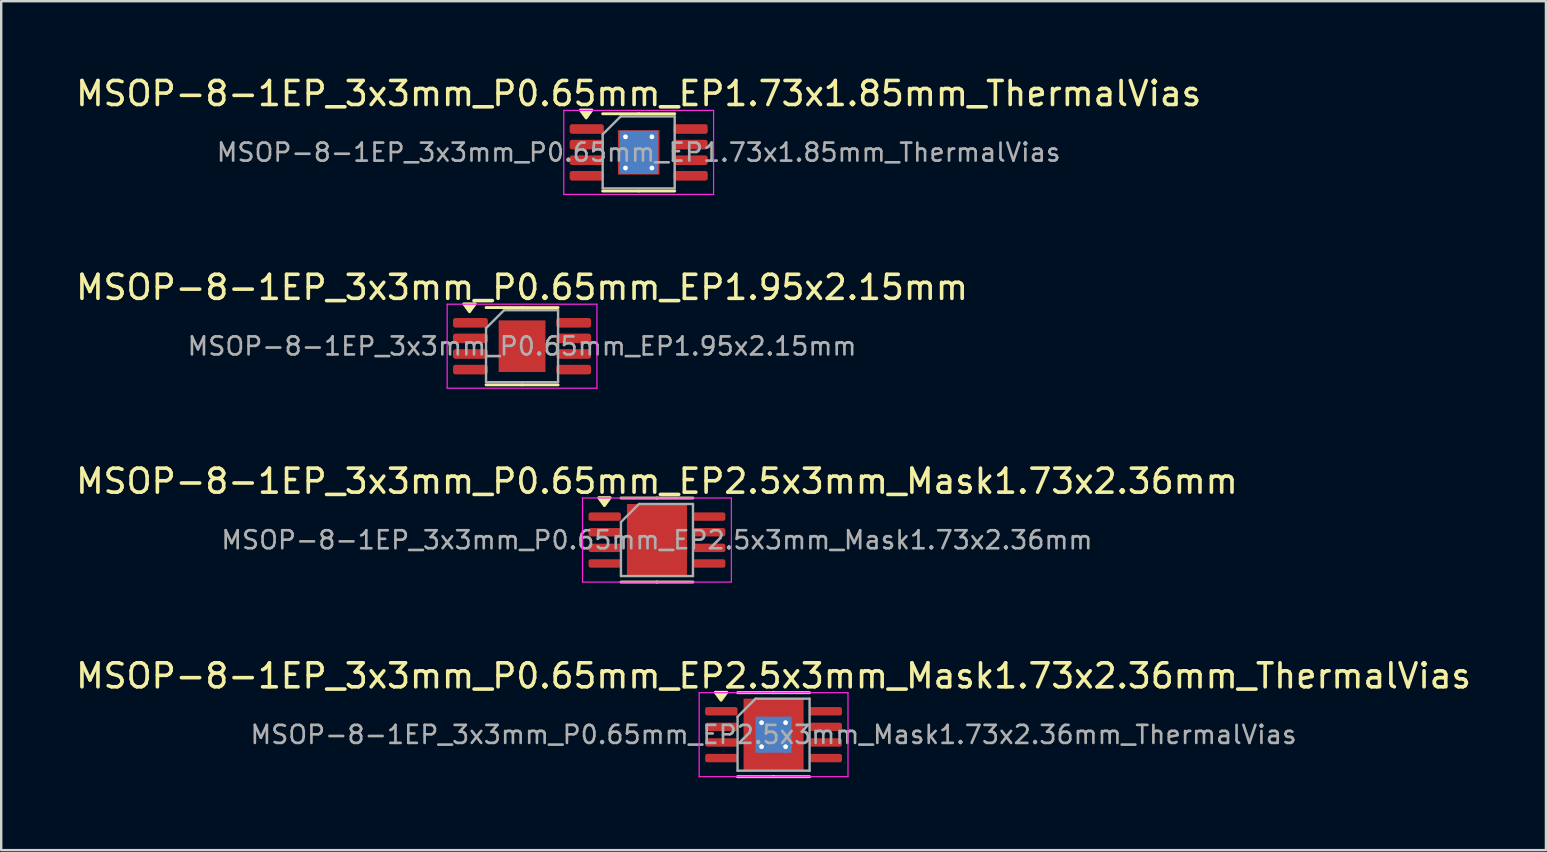
<source format=kicad_pcb>
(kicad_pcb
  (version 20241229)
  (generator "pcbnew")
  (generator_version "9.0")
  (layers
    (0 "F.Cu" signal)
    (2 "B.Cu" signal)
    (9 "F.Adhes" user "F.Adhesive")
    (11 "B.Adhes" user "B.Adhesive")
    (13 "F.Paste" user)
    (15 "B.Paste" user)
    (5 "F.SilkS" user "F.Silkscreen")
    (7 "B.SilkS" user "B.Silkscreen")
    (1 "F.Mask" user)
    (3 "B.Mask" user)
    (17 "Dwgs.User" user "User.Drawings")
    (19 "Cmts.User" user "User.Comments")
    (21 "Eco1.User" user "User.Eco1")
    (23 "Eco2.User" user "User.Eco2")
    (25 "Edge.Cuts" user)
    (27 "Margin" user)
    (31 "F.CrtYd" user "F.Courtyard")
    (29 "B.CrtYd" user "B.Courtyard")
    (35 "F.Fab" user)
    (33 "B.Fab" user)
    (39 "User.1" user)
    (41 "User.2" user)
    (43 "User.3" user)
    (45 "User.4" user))
  (footprint "MSOP-8-1EP_3x3mm_P0.65mm_EP1.73x1.85mm_ThermalVias"
    (layer "F.Cu")
    (at 23.554 3.298)
    (property "Reference" "MSOP-8-1EP_3x3mm_P0.65mm_EP1.73x1.85mm_ThermalVias" (at 0 -2.45 0) (layer "F.SilkS") (effects (font (size 1 1) (thickness 0.15))))
    (attr smd)
    (fp_line (start 0 -1.61) (end -1.5 -1.61) (stroke (width 0.12) (type solid)) (layer "F.SilkS"))
    (fp_line (start 0 -1.61) (end 1.5 -1.61) (stroke (width 0.12) (type solid)) (layer "F.SilkS"))
    (fp_line (start 0 1.61) (end -1.5 1.61) (stroke (width 0.12) (type solid)) (layer "F.SilkS"))
    (fp_line (start 0 1.61) (end 1.5 1.61) (stroke (width 0.12) (type solid)) (layer "F.SilkS"))
    (fp_poly (pts (xy -2.188 -1.435) (xy -2.428 -1.765) (xy -1.948 -1.765) (xy -2.188 -1.435)) (stroke (width 0.12) (type solid)) (fill yes) (layer "F.SilkS"))
    (fp_line (start -3.12 -1.75) (end -3.12 1.75) (stroke (width 0.05) (type solid)) (layer "F.CrtYd"))
    (fp_line (start -3.12 1.75) (end 3.12 1.75) (stroke (width 0.05) (type solid)) (layer "F.CrtYd"))
    (fp_line (start 3.12 -1.75) (end -3.12 -1.75) (stroke (width 0.05) (type solid)) (layer "F.CrtYd"))
    (fp_line (start 3.12 1.75) (end 3.12 -1.75) (stroke (width 0.05) (type solid)) (layer "F.CrtYd"))
    (fp_line (start -1.5 -0.75) (end -0.75 -1.5) (stroke (width 0.1) (type solid)) (layer "F.Fab"))
    (fp_line (start -1.5 1.5) (end -1.5 -0.75) (stroke (width 0.1) (type solid)) (layer "F.Fab"))
    (fp_line (start -0.75 -1.5) (end 1.5 -1.5) (stroke (width 0.1) (type solid)) (layer "F.Fab"))
    (fp_line (start 1.5 -1.5) (end 1.5 1.5) (stroke (width 0.1) (type solid)) (layer "F.Fab"))
    (fp_line (start 1.5 1.5) (end -1.5 1.5) (stroke (width 0.1) (type solid)) (layer "F.Fab"))
    (fp_text user "${REFERENCE}" (at 0 0 0) (layer "F.Fab") (effects (font (size 0.75 0.75) (thickness 0.11))))
    (pad "" smd roundrect (at -0.43 -0.46) (size 0.72 0.77) (layers "F.Paste") (roundrect_rratio 0.25))
    (pad "" smd roundrect (at -0.43 0.46) (size 0.72 0.77) (layers "F.Paste") (roundrect_rratio 0.25))
    (pad "" smd roundrect (at 0.43 -0.46) (size 0.72 0.77) (layers "F.Paste") (roundrect_rratio 0.25))
    (pad "" smd roundrect (at 0.43 0.46) (size 0.72 0.77) (layers "F.Paste") (roundrect_rratio 0.25))
    (pad "1" smd roundrect (at -2.163 -0.975) (size 1.425 0.4) (layers "F.Cu" "F.Mask" "F.Paste") (roundrect_rratio 0.25))
    (pad "2" smd roundrect (at -2.163 -0.325) (size 1.425 0.4) (layers "F.Cu" "F.Mask" "F.Paste") (roundrect_rratio 0.25))
    (pad "3" smd roundrect (at -2.163 0.325) (size 1.425 0.4) (layers "F.Cu" "F.Mask" "F.Paste") (roundrect_rratio 0.25))
    (pad "4" smd roundrect (at -2.163 0.975) (size 1.425 0.4) (layers "F.Cu" "F.Mask" "F.Paste") (roundrect_rratio 0.25))
    (pad "5" smd roundrect (at 2.163 0.975) (size 1.425 0.4) (layers "F.Cu" "F.Mask" "F.Paste") (roundrect_rratio 0.25))
    (pad "6" smd roundrect (at 2.163 0.325) (size 1.425 0.4) (layers "F.Cu" "F.Mask" "F.Paste") (roundrect_rratio 0.25))
    (pad "7" smd roundrect (at 2.163 -0.325) (size 1.425 0.4) (layers "F.Cu" "F.Mask" "F.Paste") (roundrect_rratio 0.25))
    (pad "8" smd roundrect (at 2.163 -0.975) (size 1.425 0.4) (layers "F.Cu" "F.Mask" "F.Paste") (roundrect_rratio 0.25))
    (pad "9" thru_hole circle (at -0.55 -0.65) (size 0.5 0.5) (drill 0.2) (property pad_prop_heatsink) (layers "*.Cu"))
    (pad "9" thru_hole circle (at -0.55 0.65) (size 0.5 0.5) (drill 0.2) (property pad_prop_heatsink) (layers "*.Cu"))
    (pad "9" smd rect (at 0 0) (size 1.6 1.8) (property pad_prop_heatsink) (layers "B.Cu"))
    (pad "9" smd rect (at 0 0) (size 1.73 1.85) (property pad_prop_heatsink) (layers "F.Cu" "F.Mask"))
    (pad "9" thru_hole circle (at 0.55 -0.65) (size 0.5 0.5) (drill 0.2) (property pad_prop_heatsink) (layers "*.Cu"))
    (pad "9" thru_hole circle (at 0.55 0.65) (size 0.5 0.5) (drill 0.2) (property pad_prop_heatsink) (layers "*.Cu")))
  (footprint "MSOP-8-1EP_3x3mm_P0.65mm_EP1.95x2.15mm"
    (layer "F.Cu")
    (at 18.696 11.371)
    (property "Reference" "MSOP-8-1EP_3x3mm_P0.65mm_EP1.95x2.15mm" (at 0 -2.45 0) (layer "F.SilkS") (effects (font (size 1 1) (thickness 0.15))))
    (attr smd)
    (fp_line (start 0 -1.61) (end -1.5 -1.61) (stroke (width 0.12) (type solid)) (layer "F.SilkS"))
    (fp_line (start 0 -1.61) (end 1.5 -1.61) (stroke (width 0.12) (type solid)) (layer "F.SilkS"))
    (fp_line (start 0 1.61) (end -1.5 1.61) (stroke (width 0.12) (type solid)) (layer "F.SilkS"))
    (fp_line (start 0 1.61) (end 1.5 1.61) (stroke (width 0.12) (type solid)) (layer "F.SilkS"))
    (fp_poly (pts (xy -2.188 -1.435) (xy -2.428 -1.765) (xy -1.948 -1.765) (xy -2.188 -1.435)) (stroke (width 0.12) (type solid)) (fill yes) (layer "F.SilkS"))
    (fp_line (start -3.12 -1.75) (end -3.12 1.75) (stroke (width 0.05) (type solid)) (layer "F.CrtYd"))
    (fp_line (start -3.12 1.75) (end 3.12 1.75) (stroke (width 0.05) (type solid)) (layer "F.CrtYd"))
    (fp_line (start 3.12 -1.75) (end -3.12 -1.75) (stroke (width 0.05) (type solid)) (layer "F.CrtYd"))
    (fp_line (start 3.12 1.75) (end 3.12 -1.75) (stroke (width 0.05) (type solid)) (layer "F.CrtYd"))
    (fp_line (start -1.5 -0.75) (end -0.75 -1.5) (stroke (width 0.1) (type solid)) (layer "F.Fab"))
    (fp_line (start -1.5 1.5) (end -1.5 -0.75) (stroke (width 0.1) (type solid)) (layer "F.Fab"))
    (fp_line (start -0.75 -1.5) (end 1.5 -1.5) (stroke (width 0.1) (type solid)) (layer "F.Fab"))
    (fp_line (start 1.5 -1.5) (end 1.5 1.5) (stroke (width 0.1) (type solid)) (layer "F.Fab"))
    (fp_line (start 1.5 1.5) (end -1.5 1.5) (stroke (width 0.1) (type solid)) (layer "F.Fab"))
    (fp_text user "${REFERENCE}" (at 0 0 0) (layer "F.Fab") (effects (font (size 0.75 0.75) (thickness 0.11))))
    (pad "" smd roundrect (at -0.49 -0.54) (size 0.79 0.87) (layers "F.Paste") (roundrect_rratio 0.25))
    (pad "" smd roundrect (at -0.49 0.54) (size 0.79 0.87) (layers "F.Paste") (roundrect_rratio 0.25))
    (pad "" smd roundrect (at 0.49 -0.54) (size 0.79 0.87) (layers "F.Paste") (roundrect_rratio 0.25))
    (pad "" smd roundrect (at 0.49 0.54) (size 0.79 0.87) (layers "F.Paste") (roundrect_rratio 0.25))
    (pad "1" smd roundrect (at -2.15 -0.975) (size 1.45 0.4) (layers "F.Cu" "F.Mask" "F.Paste") (roundrect_rratio 0.25))
    (pad "2" smd roundrect (at -2.15 -0.325) (size 1.45 0.4) (layers "F.Cu" "F.Mask" "F.Paste") (roundrect_rratio 0.25))
    (pad "3" smd roundrect (at -2.15 0.325) (size 1.45 0.4) (layers "F.Cu" "F.Mask" "F.Paste") (roundrect_rratio 0.25))
    (pad "4" smd roundrect (at -2.15 0.975) (size 1.45 0.4) (layers "F.Cu" "F.Mask" "F.Paste") (roundrect_rratio 0.25))
    (pad "5" smd roundrect (at 2.15 0.975) (size 1.45 0.4) (layers "F.Cu" "F.Mask" "F.Paste") (roundrect_rratio 0.25))
    (pad "6" smd roundrect (at 2.15 0.325) (size 1.45 0.4) (layers "F.Cu" "F.Mask" "F.Paste") (roundrect_rratio 0.25))
    (pad "7" smd roundrect (at 2.15 -0.325) (size 1.45 0.4) (layers "F.Cu" "F.Mask" "F.Paste") (roundrect_rratio 0.25))
    (pad "8" smd roundrect (at 2.15 -0.975) (size 1.45 0.4) (layers "F.Cu" "F.Mask" "F.Paste") (roundrect_rratio 0.25))
    (pad "9" smd rect (at 0 0) (size 1.95 2.15) (property pad_prop_heatsink) (layers "F.Cu" "F.Mask")))
  (footprint "MSOP-8-1EP_3x3mm_P0.65mm_EP2.5x3mm_Mask1.73x2.36mm_ThermalVias"
    (layer "F.Cu")
    (at 29.173 27.553)
    (property "Reference" "MSOP-8-1EP_3x3mm_P0.65mm_EP2.5x3mm_Mask1.73x2.36mm_ThermalVias" (at 0 -2.45 0) (layer "F.SilkS") (effects (font (size 1 1) (thickness 0.15))))
    (attr smd)
    (fp_line (start 0 -1.75) (end -1.5 -1.75) (stroke (width 0.12) (type solid)) (layer "F.SilkS"))
    (fp_line (start 0 -1.75) (end 1.5 -1.75) (stroke (width 0.12) (type solid)) (layer "F.SilkS"))
    (fp_line (start 0 1.75) (end -1.5 1.75) (stroke (width 0.12) (type solid)) (layer "F.SilkS"))
    (fp_line (start 0 1.75) (end 1.5 1.75) (stroke (width 0.12) (type solid)) (layer "F.SilkS"))
    (fp_poly (pts (xy -2.188 -1.435) (xy -2.428 -1.765) (xy -1.948 -1.765) (xy -2.188 -1.435)) (stroke (width 0.12) (type solid)) (fill yes) (layer "F.SilkS"))
    (fp_line (start -3.1 -1.75) (end -3.1 1.75) (stroke (width 0.05) (type solid)) (layer "F.CrtYd"))
    (fp_line (start -3.1 1.75) (end 3.1 1.75) (stroke (width 0.05) (type solid)) (layer "F.CrtYd"))
    (fp_line (start 3.1 -1.75) (end -3.1 -1.75) (stroke (width 0.05) (type solid)) (layer "F.CrtYd"))
    (fp_line (start 3.1 1.75) (end 3.1 -1.75) (stroke (width 0.05) (type solid)) (layer "F.CrtYd"))
    (fp_line (start -1.5 -0.75) (end -0.75 -1.5) (stroke (width 0.1) (type solid)) (layer "F.Fab"))
    (fp_line (start -1.5 1.5) (end -1.5 -0.75) (stroke (width 0.1) (type solid)) (layer "F.Fab"))
    (fp_line (start -0.75 -1.5) (end 1.5 -1.5) (stroke (width 0.1) (type solid)) (layer "F.Fab"))
    (fp_line (start 1.5 -1.5) (end 1.5 1.5) (stroke (width 0.1) (type solid)) (layer "F.Fab"))
    (fp_line (start 1.5 1.5) (end -1.5 1.5) (stroke (width 0.1) (type solid)) (layer "F.Fab"))
    (fp_text user "${REFERENCE}" (at 0 0 0) (layer "F.Fab") (effects (font (size 0.75 0.75) (thickness 0.11))))
    (pad "" smd roundrect (at -0.43 -0.59) (size 0.72 0.99) (layers "F.Paste") (roundrect_rratio 0.25))
    (pad "" smd roundrect (at -0.43 0.59) (size 0.72 0.99) (layers "F.Paste") (roundrect_rratio 0.25))
    (pad "" smd rect (at 0 0) (size 1.73 2.36) (layers "F.Mask"))
    (pad "" smd roundrect (at 0.43 -0.59) (size 0.72 0.99) (layers "F.Paste") (roundrect_rratio 0.25))
    (pad "" smd roundrect (at 0.43 0.59) (size 0.72 0.99) (layers "F.Paste") (roundrect_rratio 0.25))
    (pad "1" smd roundrect (at -2.175 -0.975) (size 1.35 0.35) (layers "F.Cu" "F.Mask" "F.Paste") (roundrect_rratio 0.25))
    (pad "2" smd roundrect (at -2.175 -0.325) (size 1.35 0.35) (layers "F.Cu" "F.Mask" "F.Paste") (roundrect_rratio 0.25))
    (pad "3" smd roundrect (at -2.175 0.325) (size 1.35 0.35) (layers "F.Cu" "F.Mask" "F.Paste") (roundrect_rratio 0.25))
    (pad "4" smd roundrect (at -2.175 0.975) (size 1.35 0.35) (layers "F.Cu" "F.Mask" "F.Paste") (roundrect_rratio 0.25))
    (pad "5" smd roundrect (at 2.175 0.975) (size 1.35 0.35) (layers "F.Cu" "F.Mask" "F.Paste") (roundrect_rratio 0.25))
    (pad "6" smd roundrect (at 2.175 0.325) (size 1.35 0.35) (layers "F.Cu" "F.Mask" "F.Paste") (roundrect_rratio 0.25))
    (pad "7" smd roundrect (at 2.175 -0.325) (size 1.35 0.35) (layers "F.Cu" "F.Mask" "F.Paste") (roundrect_rratio 0.25))
    (pad "8" smd roundrect (at 2.175 -0.975) (size 1.35 0.35) (layers "F.Cu" "F.Mask" "F.Paste") (roundrect_rratio 0.25))
    (pad "9" thru_hole circle (at -0.5 -0.5) (size 0.5 0.5) (drill 0.2) (property pad_prop_heatsink) (layers "*.Cu"))
    (pad "9" thru_hole circle (at -0.5 0.5) (size 0.5 0.5) (drill 0.2) (property pad_prop_heatsink) (layers "*.Cu"))
    (pad "9" smd rect (at 0 0) (size 1.5 1.5) (property pad_prop_heatsink) (layers "B.Cu"))
    (pad "9" smd rect (at 0 0) (size 2.5 3) (property pad_prop_heatsink) (layers "F.Cu"))
    (pad "9" thru_hole circle (at 0.5 -0.5) (size 0.5 0.5) (drill 0.2) (property pad_prop_heatsink) (layers "*.Cu"))
    (pad "9" thru_hole circle (at 0.5 0.5) (size 0.5 0.5) (drill 0.2) (property pad_prop_heatsink) (layers "*.Cu")))
  (footprint "MSOP-8-1EP_3x3mm_P0.65mm_EP2.5x3mm_Mask1.73x2.36mm"
    (layer "F.Cu")
    (at 24.315 19.445)
    (property "Reference" "MSOP-8-1EP_3x3mm_P0.65mm_EP2.5x3mm_Mask1.73x2.36mm" (at 0 -2.45 0) (layer "F.SilkS") (effects (font (size 1 1) (thickness 0.15))))
    (attr smd)
    (fp_line (start 0 -1.75) (end -1.5 -1.75) (stroke (width 0.12) (type solid)) (layer "F.SilkS"))
    (fp_line (start 0 -1.75) (end 1.5 -1.75) (stroke (width 0.12) (type solid)) (layer "F.SilkS"))
    (fp_line (start 0 1.75) (end -1.5 1.75) (stroke (width 0.12) (type solid)) (layer "F.SilkS"))
    (fp_line (start 0 1.75) (end 1.5 1.75) (stroke (width 0.12) (type solid)) (layer "F.SilkS"))
    (fp_poly (pts (xy -2.188 -1.435) (xy -2.428 -1.765) (xy -1.948 -1.765) (xy -2.188 -1.435)) (stroke (width 0.12) (type solid)) (fill yes) (layer "F.SilkS"))
    (fp_line (start -3.1 -1.75) (end -3.1 1.75) (stroke (width 0.05) (type solid)) (layer "F.CrtYd"))
    (fp_line (start -3.1 1.75) (end 3.1 1.75) (stroke (width 0.05) (type solid)) (layer "F.CrtYd"))
    (fp_line (start 3.1 -1.75) (end -3.1 -1.75) (stroke (width 0.05) (type solid)) (layer "F.CrtYd"))
    (fp_line (start 3.1 1.75) (end 3.1 -1.75) (stroke (width 0.05) (type solid)) (layer "F.CrtYd"))
    (fp_line (start -1.5 -0.75) (end -0.75 -1.5) (stroke (width 0.1) (type solid)) (layer "F.Fab"))
    (fp_line (start -1.5 1.5) (end -1.5 -0.75) (stroke (width 0.1) (type solid)) (layer "F.Fab"))
    (fp_line (start -0.75 -1.5) (end 1.5 -1.5) (stroke (width 0.1) (type solid)) (layer "F.Fab"))
    (fp_line (start 1.5 -1.5) (end 1.5 1.5) (stroke (width 0.1) (type solid)) (layer "F.Fab"))
    (fp_line (start 1.5 1.5) (end -1.5 1.5) (stroke (width 0.1) (type solid)) (layer "F.Fab"))
    (fp_text user "${REFERENCE}" (at 0 0 0) (layer "F.Fab") (effects (font (size 0.75 0.75) (thickness 0.11))))
    (pad "" smd roundrect (at -0.43 -0.59) (size 0.7 0.95) (layers "F.Paste") (roundrect_rratio 0.25))
    (pad "" smd roundrect (at -0.43 0.59) (size 0.7 0.95) (layers "F.Paste") (roundrect_rratio 0.25))
    (pad "" smd rect (at 0 0) (size 1.73 2.36) (layers "F.Mask"))
    (pad "" smd roundrect (at 0.43 -0.59) (size 0.7 0.95) (layers "F.Paste") (roundrect_rratio 0.25))
    (pad "" smd roundrect (at 0.43 0.59) (size 0.7 0.95) (layers "F.Paste") (roundrect_rratio 0.25))
    (pad "1" smd roundrect (at -2.175 -0.975) (size 1.35 0.35) (layers "F.Cu" "F.Mask" "F.Paste") (roundrect_rratio 0.25))
    (pad "2" smd roundrect (at -2.175 -0.325) (size 1.35 0.35) (layers "F.Cu" "F.Mask" "F.Paste") (roundrect_rratio 0.25))
    (pad "3" smd roundrect (at -2.175 0.325) (size 1.35 0.35) (layers "F.Cu" "F.Mask" "F.Paste") (roundrect_rratio 0.25))
    (pad "4" smd roundrect (at -2.175 0.975) (size 1.35 0.35) (layers "F.Cu" "F.Mask" "F.Paste") (roundrect_rratio 0.25))
    (pad "5" smd roundrect (at 2.175 0.975) (size 1.35 0.35) (layers "F.Cu" "F.Mask" "F.Paste") (roundrect_rratio 0.25))
    (pad "6" smd roundrect (at 2.175 0.325) (size 1.35 0.35) (layers "F.Cu" "F.Mask" "F.Paste") (roundrect_rratio 0.25))
    (pad "7" smd roundrect (at 2.175 -0.325) (size 1.35 0.35) (layers "F.Cu" "F.Mask" "F.Paste") (roundrect_rratio 0.25))
    (pad "8" smd roundrect (at 2.175 -0.975) (size 1.35 0.35) (layers "F.Cu" "F.Mask" "F.Paste") (roundrect_rratio 0.25))
    (pad "9" smd rect (at 0 0) (size 2.5 3) (property pad_prop_heatsink) (layers "F.Cu")))
  (gr_rect
    (start -3 -3)
    (end 61.345 32.363)
    (stroke (width 0.1) (type default))
    (fill no)
    (layer "Edge.Cuts")))
</source>
